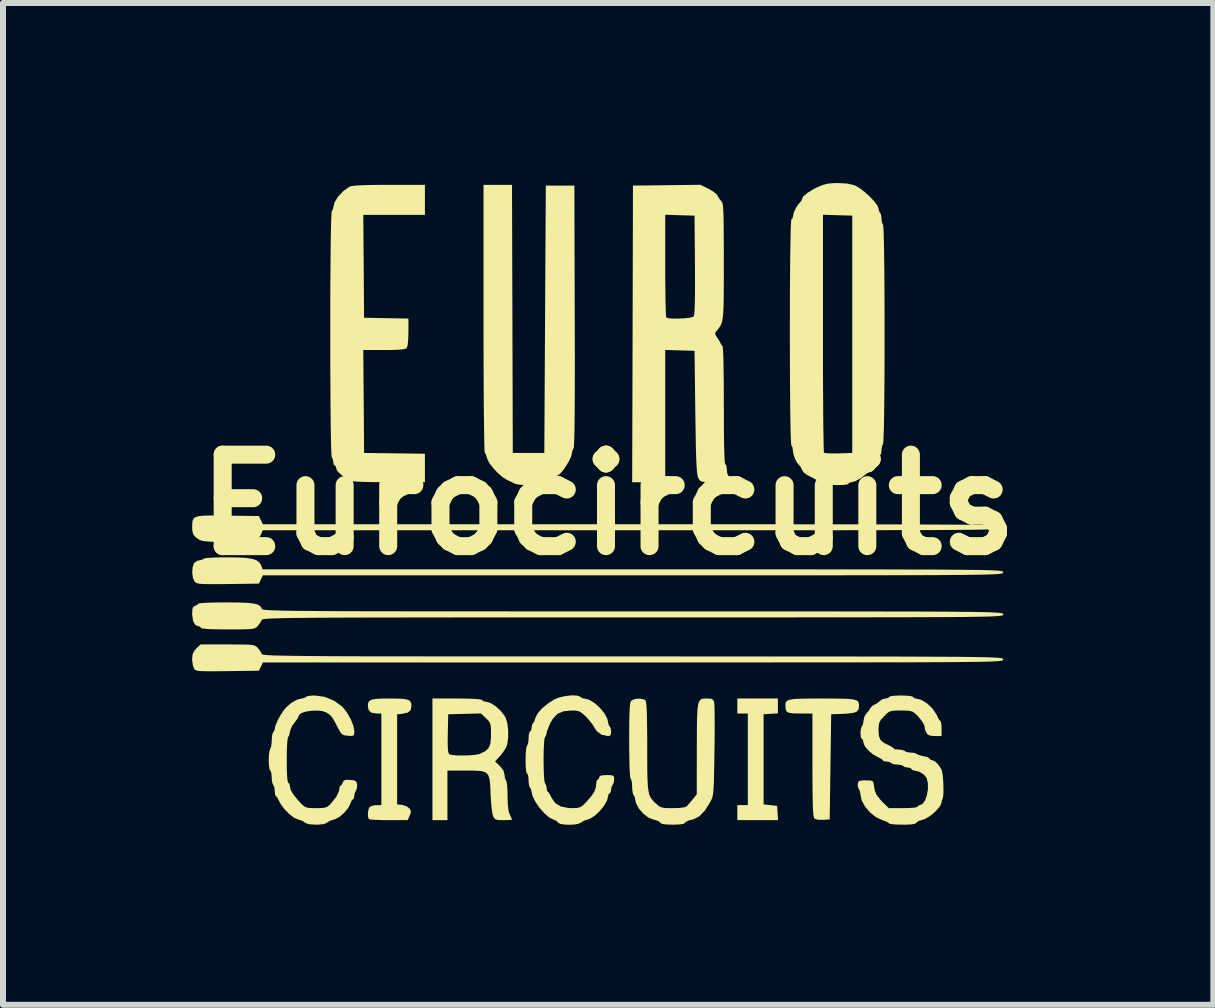
<source format=kicad_pcb>
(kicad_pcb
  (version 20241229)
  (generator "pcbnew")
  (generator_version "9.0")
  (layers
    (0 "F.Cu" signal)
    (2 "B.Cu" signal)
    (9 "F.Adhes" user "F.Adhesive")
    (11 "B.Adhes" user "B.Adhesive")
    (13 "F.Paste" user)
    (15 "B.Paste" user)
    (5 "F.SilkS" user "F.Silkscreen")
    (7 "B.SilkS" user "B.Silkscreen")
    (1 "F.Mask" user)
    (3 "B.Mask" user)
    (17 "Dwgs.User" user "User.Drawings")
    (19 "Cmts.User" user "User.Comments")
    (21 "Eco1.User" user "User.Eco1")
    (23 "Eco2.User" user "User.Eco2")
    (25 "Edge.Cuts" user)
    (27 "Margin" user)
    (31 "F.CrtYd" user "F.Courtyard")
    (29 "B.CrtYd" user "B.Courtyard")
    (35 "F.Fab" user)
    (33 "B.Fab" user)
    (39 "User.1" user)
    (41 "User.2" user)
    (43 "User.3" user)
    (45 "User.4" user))
  (footprint "Eurocircuits"
    (layer "F.Cu")
    (at 7.083 5.36)
    (property "Reference" "Eurocircuits" (at 0 0 0) (layer "F.SilkS") (effects (font (size 1.524 1.524) (thickness 0.3))))
    (attr board_only exclude_from_pos_files exclude_from_bom)
    (fp_poly (pts (xy 2.828 3.476) (xy 2.709 3.483) (xy 2.59 3.491) (xy 2.59 4.992) (xy 2.815 5.017) (xy 2.831 5.255) (xy 2.152 5.255) (xy 2.152 5.005) (xy 2.327 5.005) (xy 2.327 3.478) (xy 2.152 3.478) (xy 2.152 3.228) (xy 2.828 3.228)) (stroke (width 0) (type solid)) (fill yes) (layer "F.SilkS"))
    (fp_poly (pts (xy -3.499 3.23) (xy -3.399 3.236) (xy -3.335 3.25) (xy -3.298 3.273) (xy -3.282 3.309) (xy -3.278 3.355) (xy -3.292 3.423) (xy -3.339 3.463) (xy -3.426 3.482) (xy -3.428 3.483) (xy -3.516 3.491) (xy -3.516 4.992) (xy -3.437 5) (xy -3.367 5.02) (xy -3.316 5.055) (xy -3.289 5.094) (xy -3.29 5.136) (xy -3.307 5.179) (xy -3.34 5.255) (xy -3.656 5.255) (xy -3.776 5.254) (xy -3.879 5.25) (xy -3.952 5.245) (xy -3.986 5.239) (xy -3.987 5.238) (xy -4.002 5.197) (xy -4.003 5.132) (xy -3.991 5.069) (xy -3.974 5.035) (xy -3.929 5.014) (xy -3.863 5.005) (xy -3.861 5.005) (xy -3.779 5.005) (xy -3.779 3.478) (xy -3.861 3.478) (xy -3.946 3.464) (xy -3.992 3.419) (xy -4.004 3.353) (xy -3.999 3.304) (xy -3.981 3.27) (xy -3.942 3.248) (xy -3.873 3.235) (xy -3.769 3.229) (xy -3.641 3.228)) (stroke (width 0) (type solid)) (fill yes) (layer "F.SilkS"))
    (fp_poly (pts (xy 3.757 3.229) (xy 3.903 3.231) (xy 4.011 3.235) (xy 4.086 3.244) (xy 4.135 3.258) (xy 4.163 3.278) (xy 4.176 3.306) (xy 4.179 3.343) (xy 4.179 3.355) (xy 4.172 3.409) (xy 4.144 3.445) (xy 4.087 3.467) (xy 3.993 3.479) (xy 3.915 3.484) (xy 3.716 3.491) (xy 3.691 5.243) (xy 3.578 5.25) (xy 3.497 5.248) (xy 3.442 5.232) (xy 3.434 5.226) (xy 3.426 5.205) (xy 3.418 5.158) (xy 3.413 5.081) (xy 3.409 4.971) (xy 3.406 4.823) (xy 3.404 4.634) (xy 3.403 4.4) (xy 3.403 4.337) (xy 3.403 3.478) (xy 3.193 3.478) (xy 3.082 3.476) (xy 3.012 3.467) (xy 2.973 3.445) (xy 2.956 3.405) (xy 2.953 3.344) (xy 2.955 3.308) (xy 2.966 3.28) (xy 2.991 3.26) (xy 3.036 3.246) (xy 3.108 3.236) (xy 3.211 3.231) (xy 3.351 3.229) (xy 3.535 3.228) (xy 3.566 3.228)) (stroke (width 0) (type solid)) (fill yes) (layer "F.SilkS"))
    (fp_poly (pts (xy -1.589 -0.863) (xy -1.064 -0.863) (xy -1.039 -5.318) (xy -0.563 -5.318) (xy -0.557 -3.142) (xy -0.556 -2.707) (xy -0.555 -2.319) (xy -0.556 -1.978) (xy -0.557 -1.685) (xy -0.559 -1.439) (xy -0.561 -1.243) (xy -0.565 -1.095) (xy -0.569 -0.996) (xy -0.573 -0.947) (xy -0.575 -0.941) (xy -0.598 -0.895) (xy -0.601 -0.875) (xy -0.614 -0.812) (xy -0.65 -0.732) (xy -0.701 -0.646) (xy -0.757 -0.566) (xy -0.812 -0.506) (xy -0.856 -0.477) (xy -0.864 -0.475) (xy -0.901 -0.458) (xy -0.938 -0.425) (xy -0.994 -0.387) (xy -1.041 -0.375) (xy -1.092 -0.366) (xy -1.114 -0.35) (xy -1.145 -0.338) (xy -1.211 -0.331) (xy -1.298 -0.327) (xy -1.391 -0.329) (xy -1.475 -0.334) (xy -1.535 -0.344) (xy -1.552 -0.35) (xy -1.599 -0.374) (xy -1.666 -0.405) (xy -1.679 -0.41) (xy -1.755 -0.457) (xy -1.839 -0.529) (xy -1.918 -0.613) (xy -1.981 -0.697) (xy -2.016 -0.768) (xy -2.018 -0.776) (xy -2.035 -0.834) (xy -2.055 -0.865) (xy -2.059 -0.892) (xy -2.062 -0.965) (xy -2.065 -1.081) (xy -2.067 -1.237) (xy -2.07 -1.429) (xy -2.072 -1.654) (xy -2.074 -1.907) (xy -2.075 -2.187) (xy -2.076 -2.489) (xy -2.077 -2.809) (xy -2.077 -3.105) (xy -2.077 -5.33) (xy -1.602 -5.33)) (stroke (width 0) (type solid)) (fill yes) (layer "F.SilkS"))
    (fp_poly (pts (xy -3.053 -4.83) (xy -4.08 -4.83) (xy -4.073 -3.973) (xy -4.067 -3.116) (xy -3.697 -3.109) (xy -3.328 -3.102) (xy -3.328 -2.87) (xy -3.332 -2.742) (xy -3.342 -2.653) (xy -3.357 -2.608) (xy -3.358 -2.608) (xy -3.396 -2.593) (xy -3.479 -2.584) (xy -3.609 -2.579) (xy -3.734 -2.578) (xy -4.08 -2.578) (xy -4.073 -1.72) (xy -4.067 -0.863) (xy -3.56 -0.857) (xy -3.053 -0.85) (xy -3.053 -0.375) (xy -3.672 -0.376) (xy -3.886 -0.377) (xy -4.054 -0.38) (xy -4.179 -0.385) (xy -4.265 -0.392) (xy -4.316 -0.401) (xy -4.331 -0.407) (xy -4.426 -0.482) (xy -4.486 -0.534) (xy -4.518 -0.572) (xy -4.529 -0.602) (xy -4.529 -0.607) (xy -4.541 -0.644) (xy -4.554 -0.651) (xy -4.573 -0.672) (xy -4.58 -0.712) (xy -4.589 -0.765) (xy -4.605 -0.788) (xy -4.609 -0.815) (xy -4.613 -0.888) (xy -4.617 -1.002) (xy -4.62 -1.152) (xy -4.623 -1.334) (xy -4.625 -1.543) (xy -4.627 -1.775) (xy -4.628 -2.025) (xy -4.63 -2.289) (xy -4.63 -2.562) (xy -4.63 -2.839) (xy -4.63 -3.117) (xy -4.63 -3.39) (xy -4.629 -3.654) (xy -4.627 -3.904) (xy -4.625 -4.136) (xy -4.623 -4.345) (xy -4.62 -4.528) (xy -4.617 -4.678) (xy -4.613 -4.792) (xy -4.609 -4.865) (xy -4.605 -4.892) (xy -4.605 -4.892) (xy -4.583 -4.928) (xy -4.58 -4.953) (xy -4.558 -5.039) (xy -4.501 -5.133) (xy -4.416 -5.223) (xy -4.315 -5.297) (xy -4.311 -5.299) (xy -4.274 -5.31) (xy -4.205 -5.318) (xy -4.1 -5.324) (xy -3.955 -5.328) (xy -3.766 -5.33) (xy -3.654 -5.33) (xy -3.053 -5.33)) (stroke (width 0) (type solid)) (fill yes) (layer "F.SilkS"))
    (fp_poly (pts (xy -6.439 0.18) (xy -6.341 0.181) (xy -5.819 0.188) (xy -5.786 0.257) (xy -5.753 0.325) (xy 0.414 0.325) (xy 1.07 0.325) (xy 1.678 0.325) (xy 2.239 0.325) (xy 2.755 0.325) (xy 3.229 0.326) (xy 3.662 0.326) (xy 4.056 0.326) (xy 4.413 0.327) (xy 4.735 0.327) (xy 5.023 0.328) (xy 5.279 0.329) (xy 5.506 0.33) (xy 5.705 0.331) (xy 5.877 0.332) (xy 6.026 0.334) (xy 6.152 0.336) (xy 6.257 0.338) (xy 6.343 0.34) (xy 6.413 0.343) (xy 6.467 0.345) (xy 6.509 0.349) (xy 6.539 0.352) (xy 6.559 0.356) (xy 6.572 0.36) (xy 6.578 0.365) (xy 6.581 0.369) (xy 6.581 0.375) (xy 6.581 0.375) (xy 6.581 0.381) (xy 6.579 0.386) (xy 6.573 0.39) (xy 6.561 0.394) (xy 6.541 0.398) (xy 6.513 0.402) (xy 6.473 0.405) (xy 6.42 0.408) (xy 6.352 0.41) (xy 6.268 0.413) (xy 6.165 0.415) (xy 6.042 0.417) (xy 5.896 0.418) (xy 5.726 0.42) (xy 5.531 0.421) (xy 5.308 0.422) (xy 5.055 0.423) (xy 4.771 0.423) (xy 4.453 0.424) (xy 4.1 0.424) (xy 3.711 0.425) (xy 3.283 0.425) (xy 2.814 0.425) (xy 2.302 0.425) (xy 1.746 0.425) (xy 1.144 0.425) (xy 0.495 0.425) (xy -5.757 0.425) (xy -5.78 0.485) (xy -5.806 0.534) (xy -5.849 0.571) (xy -5.913 0.596) (xy -6.006 0.612) (xy -6.134 0.621) (xy -6.304 0.623) (xy -6.354 0.623) (xy -6.53 0.62) (xy -6.665 0.613) (xy -6.756 0.603) (xy -6.798 0.591) (xy -6.875 0.541) (xy -6.915 0.49) (xy -6.93 0.422) (xy -6.931 0.379) (xy -6.93 0.314) (xy -6.923 0.264) (xy -6.906 0.228) (xy -6.871 0.204) (xy -6.812 0.188) (xy -6.725 0.181) (xy -6.602 0.178)) (stroke (width 0) (type solid)) (fill yes) (layer "F.SilkS"))
    (fp_poly (pts (xy -2.352 3.23) (xy -2.227 3.234) (xy -2.143 3.241) (xy -2.104 3.25) (xy -2.102 3.253) (xy -2.081 3.273) (xy -2.052 3.278) (xy -1.969 3.299) (xy -1.878 3.354) (xy -1.791 3.432) (xy -1.722 3.524) (xy -1.706 3.553) (xy -1.679 3.643) (xy -1.666 3.758) (xy -1.666 3.879) (xy -1.681 3.986) (xy -1.7 4.044) (xy -1.742 4.11) (xy -1.798 4.183) (xy -1.811 4.197) (xy -1.885 4.277) (xy -1.806 4.351) (xy -1.745 4.427) (xy -1.727 4.5) (xy -1.719 4.559) (xy -1.702 4.592) (xy -1.691 4.622) (xy -1.682 4.691) (xy -1.677 4.787) (xy -1.676 4.85) (xy -1.672 5) (xy -1.658 5.106) (xy -1.639 5.164) (xy -1.613 5.216) (xy -1.602 5.245) (xy -1.602 5.246) (xy -1.624 5.251) (xy -1.683 5.254) (xy -1.746 5.255) (xy -1.828 5.253) (xy -1.875 5.243) (xy -1.902 5.22) (xy -1.918 5.186) (xy -1.931 5.134) (xy -1.943 5.045) (xy -1.953 4.932) (xy -1.959 4.823) (xy -1.965 4.675) (xy -1.977 4.57) (xy -2 4.5) (xy -2.044 4.458) (xy -2.115 4.437) (xy -2.221 4.43) (xy -2.369 4.429) (xy -2.678 4.429) (xy -2.678 5.255) (xy -2.928 5.255) (xy -2.928 3.958) (xy -2.674 3.958) (xy -2.671 4.059) (xy -2.664 4.122) (xy -2.652 4.153) (xy -2.647 4.158) (xy -2.601 4.17) (xy -2.521 4.177) (xy -2.421 4.178) (xy -2.316 4.175) (xy -2.221 4.167) (xy -2.151 4.155) (xy -2.135 4.149) (xy -2.047 4.105) (xy -1.993 4.055) (xy -1.964 3.986) (xy -1.953 3.885) (xy -1.952 3.829) (xy -1.953 3.731) (xy -1.96 3.667) (xy -1.977 3.623) (xy -2.009 3.583) (xy -2.035 3.558) (xy -2.119 3.477) (xy -2.392 3.484) (xy -2.665 3.491) (xy -2.672 3.814) (xy -2.674 3.958) (xy -2.928 3.958) (xy -2.928 3.228) (xy -2.515 3.228)) (stroke (width 0) (type solid)) (fill yes) (layer "F.SilkS"))
    (fp_poly (pts (xy -6.166 0.878) (xy -6.029 0.886) (xy -5.928 0.902) (xy -5.858 0.926) (xy -5.812 0.961) (xy -5.783 1.008) (xy -5.78 1.016) (xy -5.757 1.076) (xy 0.412 1.076) (xy 1.068 1.076) (xy 1.676 1.076) (xy 2.237 1.076) (xy 2.754 1.076) (xy 3.228 1.076) (xy 3.661 1.077) (xy 4.055 1.077) (xy 4.412 1.077) (xy 4.734 1.078) (xy 5.022 1.079) (xy 5.279 1.079) (xy 5.505 1.08) (xy 5.704 1.082) (xy 5.877 1.083) (xy 6.025 1.085) (xy 6.151 1.086) (xy 6.256 1.088) (xy 6.343 1.091) (xy 6.413 1.093) (xy 6.467 1.096) (xy 6.509 1.099) (xy 6.538 1.103) (xy 6.559 1.107) (xy 6.571 1.111) (xy 6.578 1.115) (xy 6.581 1.12) (xy 6.581 1.125) (xy 6.581 1.126) (xy 6.581 1.131) (xy 6.579 1.136) (xy 6.573 1.141) (xy 6.561 1.145) (xy 6.541 1.149) (xy 6.513 1.152) (xy 6.473 1.156) (xy 6.42 1.159) (xy 6.352 1.161) (xy 6.268 1.164) (xy 6.165 1.166) (xy 6.042 1.167) (xy 5.896 1.169) (xy 5.726 1.17) (xy 5.531 1.172) (xy 5.308 1.173) (xy 5.055 1.174) (xy 4.77 1.174) (xy 4.453 1.175) (xy 4.1 1.175) (xy 3.71 1.176) (xy 3.282 1.176) (xy 2.813 1.176) (xy 2.301 1.176) (xy 1.746 1.176) (xy 1.144 1.176) (xy 0.494 1.176) (xy -5.753 1.176) (xy -5.786 1.245) (xy -5.819 1.314) (xy -6.333 1.321) (xy -6.508 1.323) (xy -6.639 1.323) (xy -6.733 1.321) (xy -6.799 1.317) (xy -6.842 1.31) (xy -6.869 1.299) (xy -6.887 1.284) (xy -6.89 1.281) (xy -6.918 1.221) (xy -6.93 1.135) (xy -6.925 1.046) (xy -6.902 0.977) (xy -6.897 0.97) (xy -6.847 0.934) (xy -6.812 0.926) (xy -6.762 0.915) (xy -6.744 0.901) (xy -6.714 0.891) (xy -6.64 0.884) (xy -6.529 0.878) (xy -6.388 0.876) (xy -6.346 0.876)) (stroke (width 0) (type solid)) (fill yes) (layer "F.SilkS"))
    (fp_poly (pts (xy 1.648 3.228) (xy 1.716 3.232) (xy 1.75 3.251) (xy 1.766 3.291) (xy 1.77 3.331) (xy 1.773 3.415) (xy 1.774 3.534) (xy 1.775 3.684) (xy 1.774 3.856) (xy 1.772 4.044) (xy 1.771 4.098) (xy 1.768 4.311) (xy 1.765 4.479) (xy 1.762 4.61) (xy 1.757 4.71) (xy 1.752 4.784) (xy 1.744 4.838) (xy 1.734 4.879) (xy 1.721 4.913) (xy 1.705 4.946) (xy 1.7 4.955) (xy 1.61 5.096) (xy 1.519 5.191) (xy 1.424 5.24) (xy 1.395 5.247) (xy 1.329 5.265) (xy 1.288 5.29) (xy 1.284 5.296) (xy 1.26 5.315) (xy 1.2 5.326) (xy 1.099 5.33) (xy 1.076 5.33) (xy 0.967 5.327) (xy 0.9 5.318) (xy 0.87 5.3) (xy 0.868 5.296) (xy 0.837 5.271) (xy 0.776 5.25) (xy 0.758 5.247) (xy 0.671 5.213) (xy 0.584 5.146) (xy 0.511 5.061) (xy 0.463 4.97) (xy 0.45 4.907) (xy 0.439 4.859) (xy 0.425 4.842) (xy 0.411 4.81) (xy 0.402 4.746) (xy 0.4 4.705) (xy 0.396 4.63) (xy 0.384 4.579) (xy 0.375 4.567) (xy 0.367 4.537) (xy 0.36 4.46) (xy 0.355 4.341) (xy 0.352 4.181) (xy 0.35 3.985) (xy 0.35 3.926) (xy 0.351 3.725) (xy 0.352 3.569) (xy 0.356 3.452) (xy 0.36 3.368) (xy 0.367 3.312) (xy 0.377 3.279) (xy 0.386 3.264) (xy 0.439 3.238) (xy 0.514 3.229) (xy 0.585 3.239) (xy 0.621 3.258) (xy 0.63 3.283) (xy 0.637 3.338) (xy 0.643 3.428) (xy 0.647 3.556) (xy 0.649 3.726) (xy 0.651 3.941) (xy 0.651 4.031) (xy 0.651 4.254) (xy 0.652 4.432) (xy 0.655 4.572) (xy 0.661 4.68) (xy 0.67 4.762) (xy 0.684 4.824) (xy 0.703 4.871) (xy 0.729 4.91) (xy 0.763 4.947) (xy 0.797 4.98) (xy 0.84 5.018) (xy 0.88 5.04) (xy 0.934 5.051) (xy 1.014 5.055) (xy 1.078 5.055) (xy 1.198 5.051) (xy 1.278 5.039) (xy 1.309 5.024) (xy 1.344 4.985) (xy 1.393 4.927) (xy 1.408 4.909) (xy 1.476 4.826) (xy 1.477 4.071) (xy 1.478 3.844) (xy 1.479 3.661) (xy 1.482 3.519) (xy 1.488 3.412) (xy 1.498 3.335) (xy 1.513 3.283) (xy 1.533 3.252) (xy 1.561 3.235) (xy 1.596 3.229) (xy 1.641 3.228)) (stroke (width 0) (type solid)) (fill yes) (layer "F.SilkS"))
    (fp_poly (pts (xy -6.18 2.328) (xy -6.061 2.329) (xy -5.978 2.332) (xy -5.922 2.338) (xy -5.885 2.348) (xy -5.861 2.362) (xy -5.841 2.382) (xy -5.839 2.384) (xy -5.796 2.439) (xy -5.773 2.484) (xy -5.769 2.488) (xy -5.761 2.493) (xy -5.747 2.497) (xy -5.724 2.5) (xy -5.692 2.504) (xy -5.647 2.507) (xy -5.589 2.51) (xy -5.515 2.512) (xy -5.423 2.514) (xy -5.313 2.516) (xy -5.181 2.518) (xy -5.026 2.52) (xy -4.847 2.521) (xy -4.641 2.523) (xy -4.406 2.524) (xy -4.142 2.525) (xy -3.845 2.525) (xy -3.514 2.526) (xy -3.147 2.526) (xy -2.743 2.527) (xy -2.299 2.527) (xy -1.814 2.527) (xy -1.286 2.527) (xy -0.712 2.527) (xy -0.092 2.527) (xy 0.412 2.527) (xy 1.068 2.527) (xy 1.676 2.528) (xy 2.237 2.528) (xy 2.754 2.528) (xy 3.228 2.528) (xy 3.661 2.528) (xy 4.055 2.528) (xy 4.412 2.529) (xy 4.734 2.529) (xy 5.022 2.53) (xy 5.279 2.531) (xy 5.505 2.532) (xy 5.704 2.533) (xy 5.877 2.534) (xy 6.025 2.536) (xy 6.151 2.538) (xy 6.256 2.54) (xy 6.343 2.542) (xy 6.413 2.545) (xy 6.467 2.548) (xy 6.509 2.551) (xy 6.538 2.554) (xy 6.559 2.558) (xy 6.571 2.562) (xy 6.578 2.567) (xy 6.581 2.572) (xy 6.581 2.577) (xy 6.581 2.578) (xy 6.581 2.583) (xy 6.579 2.588) (xy 6.573 2.592) (xy 6.561 2.597) (xy 6.541 2.6) (xy 6.513 2.604) (xy 6.473 2.607) (xy 6.42 2.61) (xy 6.352 2.613) (xy 6.268 2.615) (xy 6.165 2.617) (xy 6.042 2.619) (xy 5.896 2.62) (xy 5.726 2.622) (xy 5.531 2.623) (xy 5.308 2.624) (xy 5.055 2.625) (xy 4.77 2.626) (xy 4.453 2.626) (xy 4.1 2.627) (xy 3.71 2.627) (xy 3.282 2.627) (xy 2.813 2.627) (xy 2.301 2.628) (xy 1.746 2.628) (xy 1.144 2.628) (xy 0.494 2.628) (xy -5.753 2.628) (xy -5.819 2.765) (xy -6.344 2.772) (xy -6.519 2.774) (xy -6.651 2.775) (xy -6.746 2.773) (xy -6.811 2.77) (xy -6.853 2.763) (xy -6.878 2.753) (xy -6.894 2.739) (xy -6.901 2.728) (xy -6.92 2.672) (xy -6.931 2.593) (xy -6.932 2.57) (xy -6.923 2.486) (xy -6.89 2.425) (xy -6.862 2.395) (xy -6.791 2.327) (xy -6.34 2.327)) (stroke (width 0) (type solid)) (fill yes) (layer "F.SilkS"))
    (fp_poly (pts (xy 1.671 -5.266) (xy 1.75 -5.219) (xy 1.807 -5.172) (xy 1.826 -5.145) (xy 1.86 -5.086) (xy 1.887 -5.057) (xy 1.897 -5.044) (xy 1.905 -5.021) (xy 1.912 -4.982) (xy 1.917 -4.924) (xy 1.921 -4.842) (xy 1.924 -4.73) (xy 1.925 -4.585) (xy 1.926 -4.401) (xy 1.927 -4.174) (xy 1.927 -4.051) (xy 1.927 -3.799) (xy 1.926 -3.593) (xy 1.925 -3.426) (xy 1.922 -3.294) (xy 1.917 -3.192) (xy 1.909 -3.114) (xy 1.899 -3.055) (xy 1.885 -3.01) (xy 1.867 -2.975) (xy 1.845 -2.944) (xy 1.818 -2.911) (xy 1.816 -2.909) (xy 1.786 -2.869) (xy 1.783 -2.839) (xy 1.809 -2.796) (xy 1.822 -2.779) (xy 1.858 -2.723) (xy 1.876 -2.683) (xy 1.877 -2.679) (xy 1.895 -2.654) (xy 1.902 -2.653) (xy 1.909 -2.628) (xy 1.915 -2.554) (xy 1.92 -2.432) (xy 1.923 -2.264) (xy 1.926 -2.051) (xy 1.927 -1.792) (xy 1.927 -1.664) (xy 1.928 -1.387) (xy 1.929 -1.153) (xy 1.932 -0.965) (xy 1.937 -0.822) (xy 1.942 -0.727) (xy 1.949 -0.681) (xy 1.952 -0.676) (xy 1.969 -0.654) (xy 1.977 -0.6) (xy 1.977 -0.59) (xy 1.983 -0.528) (xy 1.997 -0.491) (xy 1.999 -0.49) (xy 2.023 -0.457) (xy 2.034 -0.426) (xy 2.037 -0.403) (xy 2.027 -0.388) (xy 1.994 -0.38) (xy 1.931 -0.376) (xy 1.828 -0.376) (xy 1.793 -0.376) (xy 1.678 -0.376) (xy 1.603 -0.379) (xy 1.557 -0.387) (xy 1.53 -0.403) (xy 1.511 -0.429) (xy 1.502 -0.444) (xy 1.493 -0.47) (xy 1.485 -0.512) (xy 1.478 -0.574) (xy 1.472 -0.661) (xy 1.467 -0.777) (xy 1.462 -0.927) (xy 1.459 -1.115) (xy 1.455 -1.345) (xy 1.452 -1.539) (xy 1.439 -2.565) (xy 0.951 -2.579) (xy 0.951 -0.375) (xy 0.4 -0.375) (xy 0.407 -2.847) (xy 0.412 -4.832) (xy 0.951 -4.832) (xy 0.951 -3.984) (xy 0.951 -3.783) (xy 0.953 -3.598) (xy 0.955 -3.435) (xy 0.958 -3.299) (xy 0.961 -3.198) (xy 0.965 -3.136) (xy 0.968 -3.12) (xy 1.005 -3.108) (xy 1.077 -3.102) (xy 1.168 -3.102) (xy 1.263 -3.106) (xy 1.348 -3.115) (xy 1.407 -3.128) (xy 1.424 -3.137) (xy 1.432 -3.166) (xy 1.439 -3.229) (xy 1.443 -3.331) (xy 1.446 -3.473) (xy 1.447 -3.659) (xy 1.446 -3.892) (xy 1.446 -3.994) (xy 1.439 -4.817) (xy 1.195 -4.824) (xy 0.951 -4.832) (xy 0.412 -4.832) (xy 0.413 -5.318) (xy 0.975 -5.324) (xy 1.536 -5.331)) (stroke (width 0) (type solid)) (fill yes) (layer "F.SilkS"))
    (fp_poly (pts (xy 3.982 -5.352) (xy 4.097 -5.326) (xy 4.12 -5.316) (xy 4.194 -5.273) (xy 4.277 -5.209) (xy 4.359 -5.134) (xy 4.431 -5.058) (xy 4.483 -4.99) (xy 4.504 -4.941) (xy 4.504 -4.938) (xy 4.515 -4.888) (xy 4.529 -4.867) (xy 4.547 -4.834) (xy 4.554 -4.774) (xy 4.554 -4.767) (xy 4.561 -4.705) (xy 4.578 -4.668) (xy 4.58 -4.667) (xy 4.584 -4.64) (xy 4.589 -4.567) (xy 4.592 -4.454) (xy 4.596 -4.306) (xy 4.598 -4.127) (xy 4.601 -3.921) (xy 4.603 -3.695) (xy 4.604 -3.453) (xy 4.605 -3.199) (xy 4.605 -2.938) (xy 4.605 -2.676) (xy 4.605 -2.416) (xy 4.604 -2.165) (xy 4.602 -1.926) (xy 4.6 -1.705) (xy 4.598 -1.506) (xy 4.595 -1.334) (xy 4.591 -1.194) (xy 4.587 -1.091) (xy 4.583 -1.029) (xy 4.58 -1.013) (xy 4.563 -0.98) (xy 4.555 -0.92) (xy 4.554 -0.912) (xy 4.549 -0.855) (xy 4.535 -0.826) (xy 4.532 -0.826) (xy 4.51 -0.805) (xy 4.494 -0.761) (xy 4.457 -0.685) (xy 4.39 -0.6) (xy 4.304 -0.516) (xy 4.21 -0.444) (xy 4.121 -0.394) (xy 4.05 -0.375) (xy 4.012 -0.364) (xy 4.004 -0.35) (xy 3.981 -0.338) (xy 3.916 -0.33) (xy 3.821 -0.327) (xy 3.81 -0.328) (xy 3.7 -0.332) (xy 3.62 -0.344) (xy 3.551 -0.37) (xy 3.491 -0.402) (xy 3.411 -0.447) (xy 3.34 -0.484) (xy 3.309 -0.499) (xy 3.256 -0.542) (xy 3.229 -0.585) (xy 3.203 -0.637) (xy 3.181 -0.661) (xy 3.145 -0.703) (xy 3.11 -0.774) (xy 3.085 -0.852) (xy 3.078 -0.903) (xy 3.07 -0.96) (xy 3.053 -0.988) (xy 3.048 -1.016) (xy 3.044 -1.088) (xy 3.04 -1.2) (xy 3.037 -1.348) (xy 3.034 -1.527) (xy 3.032 -1.733) (xy 3.03 -1.96) (xy 3.029 -2.203) (xy 3.028 -2.459) (xy 3.027 -2.722) (xy 3.027 -2.987) (xy 3.028 -3.251) (xy 3.028 -3.508) (xy 3.03 -3.753) (xy 3.032 -3.982) (xy 3.034 -4.191) (xy 3.037 -4.373) (xy 3.04 -4.526) (xy 3.043 -4.643) (xy 3.048 -4.721) (xy 3.052 -4.754) (xy 3.053 -4.755) (xy 3.074 -4.775) (xy 3.078 -4.801) (xy 3.085 -4.832) (xy 3.579 -4.832) (xy 3.579 -2.858) (xy 3.579 -2.548) (xy 3.579 -2.253) (xy 3.58 -1.975) (xy 3.582 -1.721) (xy 3.583 -1.492) (xy 3.585 -1.292) (xy 3.588 -1.127) (xy 3.59 -0.999) (xy 3.592 -0.912) (xy 3.595 -0.87) (xy 3.596 -0.867) (xy 3.627 -0.86) (xy 3.696 -0.856) (xy 3.791 -0.855) (xy 3.84 -0.856) (xy 4.067 -0.863) (xy 4.067 -4.817) (xy 3.823 -4.824) (xy 3.579 -4.832) (xy 3.085 -4.832) (xy 3.093 -4.867) (xy 3.128 -4.945) (xy 3.173 -5.012) (xy 3.191 -5.03) (xy 3.223 -5.071) (xy 3.228 -5.091) (xy 3.251 -5.138) (xy 3.317 -5.194) (xy 3.419 -5.257) (xy 3.486 -5.291) (xy 3.576 -5.329) (xy 3.66 -5.35) (xy 3.758 -5.359) (xy 3.827 -5.36)) (stroke (width 0) (type solid)) (fill yes) (layer "F.SilkS"))
    (fp_poly (pts (xy -0.53 3.178) (xy -0.475 3.192) (xy -0.463 3.203) (xy -0.428 3.224) (xy -0.399 3.228) (xy -0.316 3.249) (xy -0.225 3.305) (xy -0.137 3.384) (xy -0.063 3.474) (xy -0.014 3.566) (xy 0 3.631) (xy 0.012 3.677) (xy 0.025 3.691) (xy 0.043 3.725) (xy 0.05 3.78) (xy 0.043 3.834) (xy 0.013 3.853) (xy -0.008 3.854) (xy -0.109 3.832) (xy -0.19 3.773) (xy -0.226 3.719) (xy -0.262 3.659) (xy -0.32 3.586) (xy -0.366 3.536) (xy -0.431 3.475) (xy -0.482 3.443) (xy -0.539 3.43) (xy -0.609 3.428) (xy -0.742 3.441) (xy -0.841 3.482) (xy -0.917 3.559) (xy -0.962 3.634) (xy -0.997 3.713) (xy -1.021 3.779) (xy -1.026 3.807) (xy -1.039 3.853) (xy -1.051 3.866) (xy -1.061 3.897) (xy -1.068 3.97) (xy -1.074 4.081) (xy -1.076 4.221) (xy -1.076 4.254) (xy -1.074 4.4) (xy -1.07 4.517) (xy -1.063 4.599) (xy -1.053 4.639) (xy -1.051 4.642) (xy -1.032 4.677) (xy -1.026 4.719) (xy -1.019 4.765) (xy -1.007 4.78) (xy -0.986 4.8) (xy -0.957 4.853) (xy -0.945 4.877) (xy -0.885 4.968) (xy -0.794 5.026) (xy -0.667 5.052) (xy -0.602 5.055) (xy -0.519 5.052) (xy -0.464 5.038) (xy -0.415 5.003) (xy -0.362 4.949) (xy -0.279 4.853) (xy -0.228 4.776) (xy -0.205 4.707) (xy -0.2 4.655) (xy -0.193 4.602) (xy -0.176 4.58) (xy -0.175 4.58) (xy -0.153 4.559) (xy -0.15 4.542) (xy -0.137 4.518) (xy -0.09 4.507) (xy -0.025 4.504) (xy 0.049 4.506) (xy 0.086 4.516) (xy 0.099 4.542) (xy 0.1 4.578) (xy 0.092 4.636) (xy 0.075 4.667) (xy 0.056 4.702) (xy 0.05 4.744) (xy 0.041 4.79) (xy 0.025 4.805) (xy 0.005 4.826) (xy 0 4.855) (xy -0.02 4.931) (xy -0.071 5.019) (xy -0.144 5.107) (xy -0.226 5.183) (xy -0.306 5.233) (xy -0.342 5.245) (xy -0.408 5.266) (xy -0.452 5.295) (xy -0.453 5.295) (xy -0.493 5.315) (xy -0.563 5.328) (xy -0.648 5.332) (xy -0.732 5.328) (xy -0.799 5.317) (xy -0.833 5.298) (xy -0.834 5.296) (xy -0.866 5.265) (xy -0.913 5.245) (xy -0.986 5.208) (xy -1.067 5.137) (xy -1.147 5.045) (xy -1.215 4.945) (xy -1.261 4.85) (xy -1.276 4.78) (xy -1.288 4.733) (xy -1.301 4.717) (xy -1.316 4.685) (xy -1.325 4.621) (xy -1.326 4.591) (xy -1.331 4.524) (xy -1.344 4.484) (xy -1.351 4.479) (xy -1.363 4.456) (xy -1.372 4.39) (xy -1.376 4.292) (xy -1.376 4.256) (xy -1.374 4.155) (xy -1.367 4.073) (xy -1.357 4.025) (xy -1.351 4.016) (xy -1.336 3.984) (xy -1.327 3.921) (xy -1.326 3.89) (xy -1.321 3.823) (xy -1.309 3.784) (xy -1.301 3.779) (xy -1.282 3.757) (xy -1.276 3.718) (xy -1.268 3.665) (xy -1.253 3.642) (xy -1.231 3.609) (xy -1.215 3.557) (xy -1.179 3.483) (xy -1.109 3.4) (xy -1.014 3.319) (xy -0.907 3.249) (xy -0.888 3.239) (xy -0.806 3.208) (xy -0.71 3.187) (xy -0.613 3.176)) (stroke (width 0) (type solid)) (fill yes) (layer "F.SilkS"))
    (fp_poly (pts (xy -6.184 1.628) (xy -6.039 1.633) (xy -5.932 1.642) (xy -5.857 1.657) (xy -5.809 1.679) (xy -5.782 1.708) (xy -5.772 1.733) (xy -5.769 1.738) (xy -5.761 1.742) (xy -5.747 1.746) (xy -5.725 1.75) (xy -5.693 1.753) (xy -5.649 1.756) (xy -5.591 1.759) (xy -5.517 1.761) (xy -5.426 1.764) (xy -5.316 1.766) (xy -5.185 1.768) (xy -5.03 1.769) (xy -4.851 1.771) (xy -4.646 1.772) (xy -4.411 1.773) (xy -4.147 1.774) (xy -3.851 1.775) (xy -3.52 1.775) (xy -3.154 1.776) (xy -2.75 1.776) (xy -2.307 1.776) (xy -1.822 1.776) (xy -1.295 1.777) (xy -0.722 1.777) (xy -0.102 1.777) (xy 0.411 1.777) (xy 1.066 1.777) (xy 1.674 1.777) (xy 2.236 1.777) (xy 2.752 1.777) (xy 3.227 1.777) (xy 3.66 1.777) (xy 4.054 1.778) (xy 4.411 1.778) (xy 4.733 1.779) (xy 5.021 1.779) (xy 5.278 1.78) (xy 5.505 1.781) (xy 5.704 1.782) (xy 5.876 1.784) (xy 6.025 1.785) (xy 6.151 1.787) (xy 6.256 1.789) (xy 6.343 1.791) (xy 6.412 1.794) (xy 6.467 1.797) (xy 6.508 1.8) (xy 6.538 1.804) (xy 6.559 1.807) (xy 6.571 1.811) (xy 6.578 1.816) (xy 6.581 1.821) (xy 6.581 1.826) (xy 6.581 1.827) (xy 6.581 1.832) (xy 6.579 1.837) (xy 6.573 1.842) (xy 6.561 1.846) (xy 6.541 1.85) (xy 6.513 1.853) (xy 6.473 1.856) (xy 6.42 1.859) (xy 6.352 1.862) (xy 6.268 1.864) (xy 6.165 1.866) (xy 6.042 1.868) (xy 5.896 1.87) (xy 5.726 1.871) (xy 5.531 1.872) (xy 5.308 1.873) (xy 5.055 1.874) (xy 4.771 1.875) (xy 4.453 1.875) (xy 4.1 1.876) (xy 3.711 1.876) (xy 3.283 1.876) (xy 2.814 1.877) (xy 2.302 1.877) (xy 1.746 1.877) (xy 1.145 1.877) (xy 0.495 1.877) (xy 0.412 1.877) (xy -0.245 1.877) (xy -0.853 1.877) (xy -1.416 1.877) (xy -1.933 1.877) (xy -2.409 1.877) (xy -2.843 1.878) (xy -3.238 1.878) (xy -3.596 1.879) (xy -3.918 1.879) (xy -4.208 1.88) (xy -4.465 1.881) (xy -4.693 1.882) (xy -4.892 1.883) (xy -5.065 1.885) (xy -5.214 1.886) (xy -5.341 1.888) (xy -5.447 1.89) (xy -5.534 1.893) (xy -5.604 1.895) (xy -5.659 1.898) (xy -5.701 1.901) (xy -5.731 1.905) (xy -5.751 1.909) (xy -5.764 1.913) (xy -5.77 1.917) (xy -5.773 1.921) (xy -5.801 1.971) (xy -5.839 2.021) (xy -5.859 2.041) (xy -5.883 2.056) (xy -5.918 2.066) (xy -5.973 2.072) (xy -6.054 2.075) (xy -6.17 2.077) (xy -6.327 2.077) (xy -6.336 2.077) (xy -6.507 2.076) (xy -6.639 2.072) (xy -6.731 2.065) (xy -6.777 2.057) (xy -6.782 2.052) (xy -6.802 2.03) (xy -6.823 2.027) (xy -6.878 2.004) (xy -6.915 1.939) (xy -6.931 1.837) (xy -6.931 1.818) (xy -6.928 1.742) (xy -6.914 1.702) (xy -6.884 1.685) (xy -6.882 1.684) (xy -6.841 1.664) (xy -6.832 1.649) (xy -6.808 1.642) (xy -6.742 1.636) (xy -6.642 1.631) (xy -6.515 1.628) (xy -6.374 1.627)) (stroke (width 0) (type solid)) (fill yes) (layer "F.SilkS"))
    (fp_poly (pts (xy -4.722 3.201) (xy -4.567 3.264) (xy -4.435 3.36) (xy -4.42 3.375) (xy -4.349 3.466) (xy -4.288 3.575) (xy -4.245 3.683) (xy -4.229 3.772) (xy -4.232 3.825) (xy -4.249 3.848) (xy -4.294 3.852) (xy -4.335 3.849) (xy -4.393 3.842) (xy -4.432 3.825) (xy -4.464 3.788) (xy -4.502 3.719) (xy -4.516 3.691) (xy -4.564 3.599) (xy -4.601 3.539) (xy -4.638 3.5) (xy -4.683 3.469) (xy -4.699 3.46) (xy -4.766 3.437) (xy -4.854 3.429) (xy -4.95 3.433) (xy -5.039 3.447) (xy -5.111 3.471) (xy -5.151 3.503) (xy -5.155 3.517) (xy -5.17 3.555) (xy -5.199 3.594) (xy -5.268 3.689) (xy -5.302 3.775) (xy -5.305 3.802) (xy -5.317 3.85) (xy -5.33 3.866) (xy -5.34 3.897) (xy -5.348 3.97) (xy -5.353 4.081) (xy -5.355 4.221) (xy -5.355 4.256) (xy -5.354 4.408) (xy -5.349 4.524) (xy -5.342 4.599) (xy -5.332 4.629) (xy -5.33 4.63) (xy -5.31 4.651) (xy -5.305 4.68) (xy -5.292 4.746) (xy -5.249 4.823) (xy -5.17 4.919) (xy -5.144 4.949) (xy -5.09 5.004) (xy -5.047 5.036) (xy -4.999 5.05) (xy -4.927 5.055) (xy -4.867 5.055) (xy -4.772 5.053) (xy -4.712 5.045) (xy -4.67 5.026) (xy -4.63 4.99) (xy -4.616 4.974) (xy -4.53 4.866) (xy -4.487 4.778) (xy -4.479 4.73) (xy -4.47 4.689) (xy -4.457 4.68) (xy -4.434 4.659) (xy -4.422 4.628) (xy -4.405 4.596) (xy -4.369 4.583) (xy -4.3 4.584) (xy -4.231 4.593) (xy -4.198 4.611) (xy -4.185 4.65) (xy -4.183 4.664) (xy -4.186 4.725) (xy -4.202 4.763) (xy -4.224 4.808) (xy -4.229 4.847) (xy -4.237 4.892) (xy -4.251 4.905) (xy -4.273 4.926) (xy -4.29 4.968) (xy -4.327 5.046) (xy -4.393 5.127) (xy -4.472 5.197) (xy -4.55 5.24) (xy -4.568 5.245) (xy -4.635 5.265) (xy -4.68 5.294) (xy -4.682 5.295) (xy -4.73 5.319) (xy -4.826 5.33) (xy -4.867 5.33) (xy -4.978 5.324) (xy -5.042 5.304) (xy -5.053 5.295) (xy -5.097 5.266) (xy -5.162 5.245) (xy -5.163 5.245) (xy -5.236 5.213) (xy -5.318 5.15) (xy -5.398 5.067) (xy -5.462 4.978) (xy -5.483 4.936) (xy -5.511 4.882) (xy -5.534 4.855) (xy -5.537 4.855) (xy -5.549 4.833) (xy -5.555 4.779) (xy -5.555 4.769) (xy -5.562 4.706) (xy -5.578 4.669) (xy -5.58 4.667) (xy -5.596 4.635) (xy -5.605 4.571) (xy -5.606 4.54) (xy -5.611 4.474) (xy -5.623 4.434) (xy -5.631 4.429) (xy -5.643 4.406) (xy -5.652 4.344) (xy -5.656 4.256) (xy -5.652 4.167) (xy -5.643 4.099) (xy -5.631 4.067) (xy -5.631 4.067) (xy -5.616 4.034) (xy -5.607 3.97) (xy -5.606 3.929) (xy -5.601 3.855) (xy -5.589 3.803) (xy -5.58 3.791) (xy -5.559 3.756) (xy -5.555 3.731) (xy -5.541 3.672) (xy -5.505 3.589) (xy -5.455 3.498) (xy -5.399 3.416) (xy -5.364 3.375) (xy -5.28 3.302) (xy -5.189 3.25) (xy -5.109 3.228) (xy -5.103 3.228) (xy -5.056 3.216) (xy -5.042 3.203) (xy -5.011 3.19) (xy -4.945 3.18) (xy -4.883 3.178)) (stroke (width 0) (type solid)) (fill yes) (layer "F.SilkS"))
    (fp_poly (pts (xy 4.979 3.181) (xy 5.049 3.189) (xy 5.079 3.201) (xy 5.08 3.203) (xy 5.101 3.224) (xy 5.126 3.228) (xy 5.216 3.25) (xy 5.312 3.308) (xy 5.4 3.392) (xy 5.469 3.492) (xy 5.483 3.522) (xy 5.511 3.576) (xy 5.534 3.603) (xy 5.537 3.604) (xy 5.547 3.626) (xy 5.554 3.684) (xy 5.555 3.729) (xy 5.555 3.854) (xy 5.444 3.854) (xy 5.368 3.848) (xy 5.324 3.828) (xy 5.302 3.797) (xy 5.28 3.751) (xy 5.276 3.729) (xy 5.269 3.678) (xy 5.229 3.606) (xy 5.163 3.526) (xy 5.16 3.522) (xy 5.112 3.475) (xy 5.071 3.447) (xy 5.023 3.433) (xy 4.95 3.429) (xy 4.88 3.428) (xy 4.782 3.429) (xy 4.719 3.436) (xy 4.674 3.454) (xy 4.632 3.488) (xy 4.597 3.523) (xy 4.543 3.584) (xy 4.515 3.637) (xy 4.505 3.704) (xy 4.504 3.757) (xy 4.511 3.854) (xy 4.538 3.92) (xy 4.594 3.968) (xy 4.673 4.006) (xy 4.727 4.034) (xy 4.754 4.057) (xy 4.755 4.06) (xy 4.777 4.073) (xy 4.831 4.079) (xy 4.841 4.079) (xy 4.903 4.086) (xy 4.941 4.102) (xy 4.942 4.104) (xy 4.976 4.121) (xy 5.036 4.129) (xy 5.042 4.129) (xy 5.104 4.135) (xy 5.139 4.149) (xy 5.141 4.151) (xy 5.172 4.168) (xy 5.233 4.185) (xy 5.255 4.189) (xy 5.317 4.204) (xy 5.353 4.223) (xy 5.355 4.229) (xy 5.376 4.251) (xy 5.396 4.254) (xy 5.446 4.275) (xy 5.501 4.329) (xy 5.548 4.402) (xy 5.56 4.429) (xy 5.571 4.482) (xy 5.58 4.563) (xy 5.585 4.658) (xy 5.587 4.753) (xy 5.584 4.834) (xy 5.577 4.886) (xy 5.572 4.897) (xy 5.558 4.933) (xy 5.555 4.96) (xy 5.536 5.012) (xy 5.484 5.078) (xy 5.414 5.145) (xy 5.337 5.203) (xy 5.265 5.241) (xy 5.239 5.248) (xy 5.177 5.266) (xy 5.14 5.292) (xy 5.138 5.296) (xy 5.116 5.314) (xy 5.061 5.325) (xy 4.967 5.33) (xy 4.902 5.33) (xy 4.804 5.328) (xy 4.727 5.322) (xy 4.685 5.314) (xy 4.68 5.309) (xy 4.658 5.29) (xy 4.603 5.267) (xy 4.573 5.257) (xy 4.464 5.206) (xy 4.362 5.125) (xy 4.278 5.026) (xy 4.222 4.921) (xy 4.204 4.831) (xy 4.195 4.771) (xy 4.177 4.738) (xy 4.159 4.693) (xy 4.158 4.651) (xy 4.169 4.616) (xy 4.195 4.598) (xy 4.253 4.592) (xy 4.292 4.592) (xy 4.367 4.594) (xy 4.405 4.605) (xy 4.42 4.632) (xy 4.424 4.655) (xy 4.441 4.756) (xy 4.472 4.833) (xy 4.528 4.906) (xy 4.566 4.946) (xy 4.676 5.055) (xy 4.915 5.055) (xy 5.028 5.052) (xy 5.109 5.046) (xy 5.151 5.035) (xy 5.155 5.03) (xy 5.175 5.008) (xy 5.193 5.005) (xy 5.241 4.982) (xy 5.282 4.922) (xy 5.311 4.837) (xy 5.328 4.739) (xy 5.327 4.641) (xy 5.307 4.556) (xy 5.304 4.549) (xy 5.255 4.491) (xy 5.178 4.446) (xy 5.1 4.429) (xy 5.062 4.418) (xy 5.055 4.404) (xy 5.034 4.385) (xy 4.994 4.379) (xy 4.941 4.37) (xy 4.917 4.354) (xy 4.884 4.337) (xy 4.824 4.329) (xy 4.817 4.329) (xy 4.755 4.323) (xy 4.719 4.306) (xy 4.717 4.304) (xy 4.683 4.285) (xy 4.641 4.279) (xy 4.594 4.273) (xy 4.58 4.26) (xy 4.559 4.239) (xy 4.508 4.211) (xy 4.498 4.207) (xy 4.413 4.159) (xy 4.336 4.095) (xy 4.279 4.027) (xy 4.254 3.967) (xy 4.254 3.961) (xy 4.245 3.917) (xy 4.229 3.904) (xy 4.213 3.882) (xy 4.205 3.826) (xy 4.204 3.805) (xy 4.21 3.739) (xy 4.224 3.696) (xy 4.229 3.691) (xy 4.247 3.657) (xy 4.254 3.599) (xy 4.269 3.529) (xy 4.3 3.481) (xy 4.343 3.431) (xy 4.362 3.397) (xy 4.397 3.354) (xy 4.436 3.331) (xy 4.496 3.297) (xy 4.527 3.268) (xy 4.578 3.236) (xy 4.62 3.228) (xy 4.666 3.219) (xy 4.68 3.203) (xy 4.703 3.191) (xy 4.767 3.182) (xy 4.862 3.178) (xy 4.88 3.178)) (stroke (width 0) (type solid)) (fill yes) (layer "F.SilkS")))
  (gr_rect
    (start -3 -3)
    (end 17.166 13.692)
    (stroke (width 0.1) (type default))
    (fill no)
    (layer "Edge.Cuts")))
</source>
